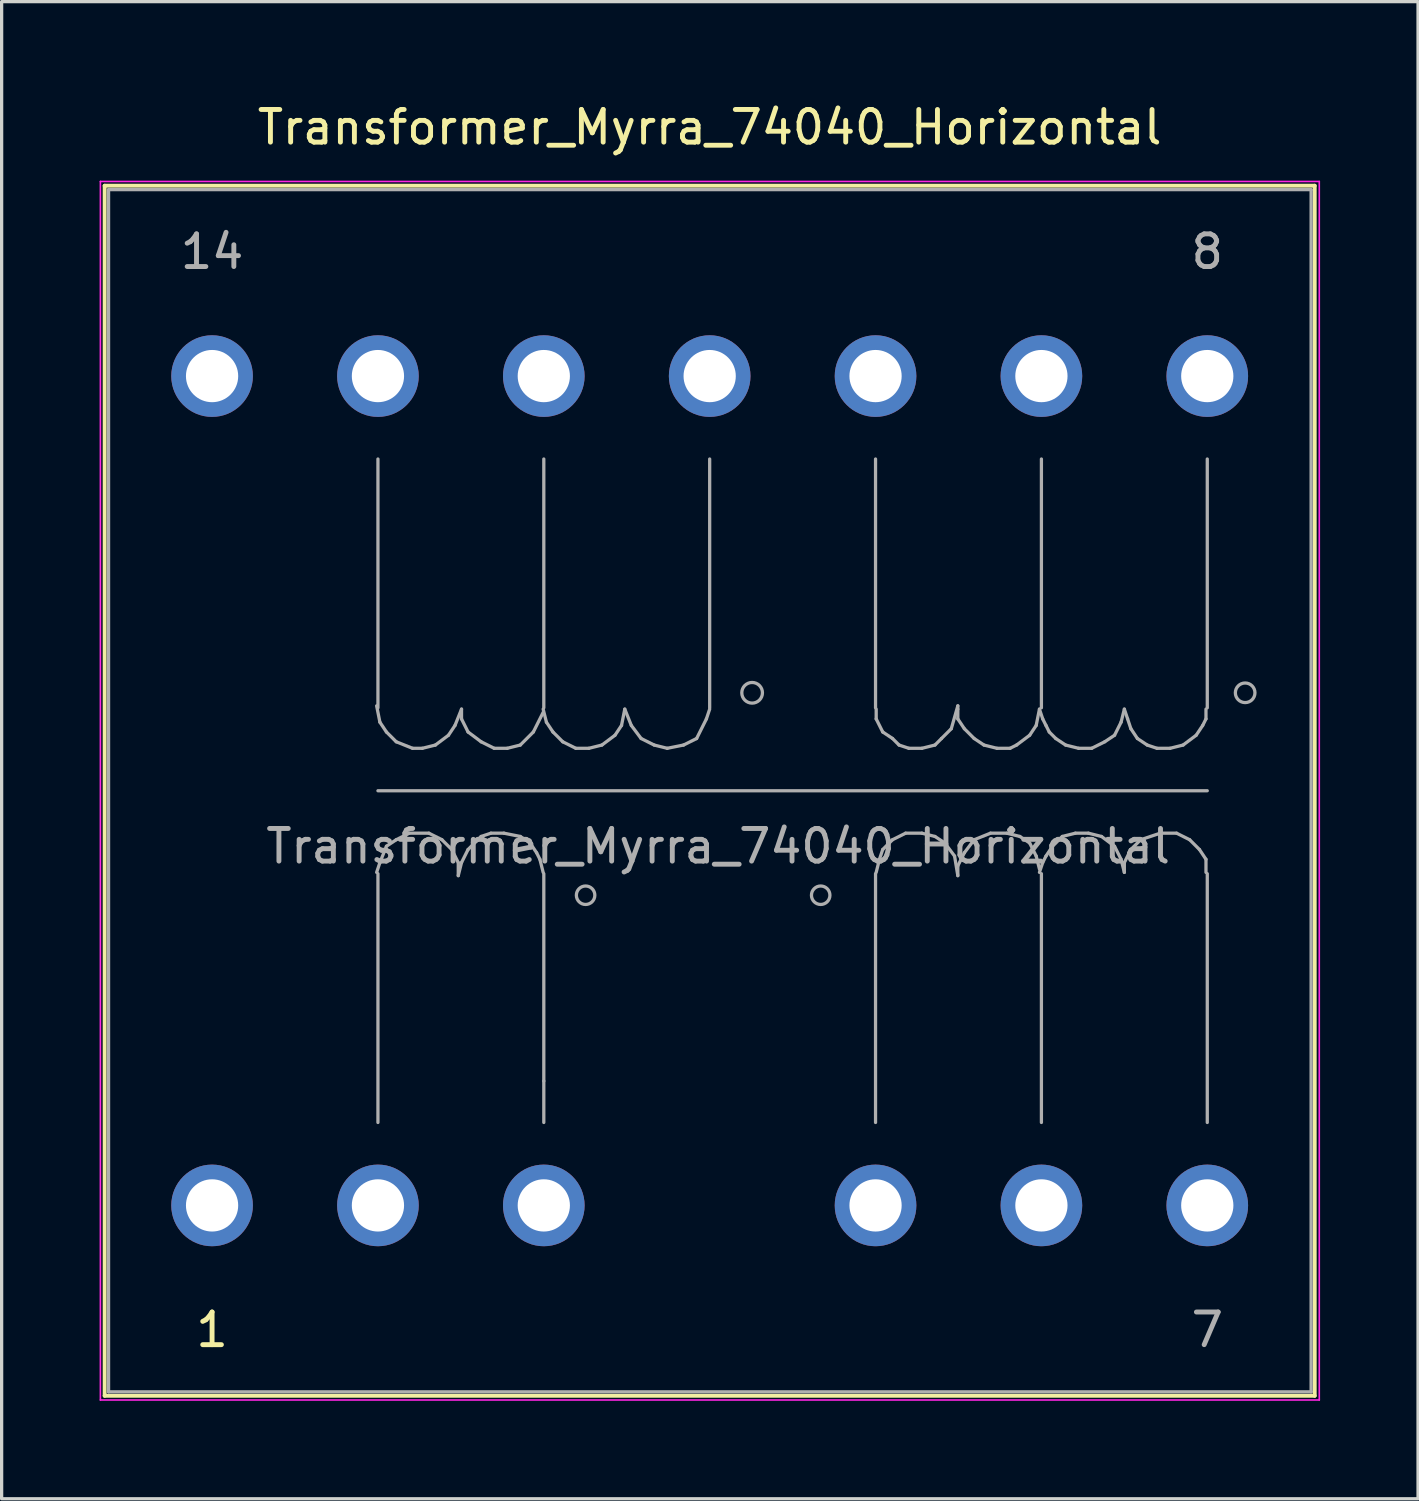
<source format=kicad_pcb>
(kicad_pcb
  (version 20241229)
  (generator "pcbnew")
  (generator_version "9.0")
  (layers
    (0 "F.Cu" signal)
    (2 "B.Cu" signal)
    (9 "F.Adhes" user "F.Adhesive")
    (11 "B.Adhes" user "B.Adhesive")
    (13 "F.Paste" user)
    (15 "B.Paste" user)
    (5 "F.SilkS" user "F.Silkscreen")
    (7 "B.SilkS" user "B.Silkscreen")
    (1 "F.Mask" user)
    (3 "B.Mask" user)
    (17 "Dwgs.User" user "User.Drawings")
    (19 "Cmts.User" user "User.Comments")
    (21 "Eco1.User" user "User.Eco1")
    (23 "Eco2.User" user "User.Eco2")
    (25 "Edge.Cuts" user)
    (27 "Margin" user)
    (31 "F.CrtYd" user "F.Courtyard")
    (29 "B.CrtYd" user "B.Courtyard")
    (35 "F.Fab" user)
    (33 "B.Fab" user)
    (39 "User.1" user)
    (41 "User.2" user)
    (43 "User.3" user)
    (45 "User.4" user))
  (footprint "Transformer_Myrra_74040_Horizontal"
    (layer "F.Cu")
    (at 3.445 33.868)
    (property "Reference" "Transformer_Myrra_74040_Horizontal" (at 15.24 -33.02 0) (layer "F.SilkS") (effects (font (size 1 1) (thickness 0.15))))
    (attr through_hole)
    (fp_line (start -3.29 -31.23) (end -3.29 5.83) (stroke (width 0.12) (type solid)) (layer "F.SilkS"))
    (fp_line (start -3.29 -31.23) (end 33.77 -31.23) (stroke (width 0.12) (type solid)) (layer "F.SilkS"))
    (fp_line (start 33.77 5.83) (end -3.29 5.83) (stroke (width 0.12) (type solid)) (layer "F.SilkS"))
    (fp_line (start 33.77 5.83) (end 33.77 -31.23) (stroke (width 0.12) (type solid)) (layer "F.SilkS"))
    (fp_line (start -3.42 -31.36) (end -3.42 5.96) (stroke (width 0.05) (type solid)) (layer "F.CrtYd"))
    (fp_line (start -3.42 -31.36) (end 33.91 -31.36) (stroke (width 0.05) (type solid)) (layer "F.CrtYd"))
    (fp_line (start 33.91 5.96) (end -3.42 5.96) (stroke (width 0.05) (type solid)) (layer "F.CrtYd"))
    (fp_line (start 33.91 5.96) (end 33.91 -31.36) (stroke (width 0.05) (type solid)) (layer "F.CrtYd"))
    (fp_line (start -3.17 -31.11) (end 33.66 -31.11) (stroke (width 0.1) (type solid)) (layer "F.Fab"))
    (fp_line (start -3.17 5.71) (end -3.17 -31.11) (stroke (width 0.1) (type solid)) (layer "F.Fab"))
    (fp_line (start 5.04 -10.2) (end 5.14 -10.5) (stroke (width 0.1) (type solid)) (layer "F.Fab"))
    (fp_line (start 5.08 -15.24) (end 5.08 -22.86) (stroke (width 0.1) (type solid)) (layer "F.Fab"))
    (fp_line (start 5.08 -12.7) (end 30.48 -12.7) (stroke (width 0.1) (type solid)) (layer "F.Fab"))
    (fp_line (start 5.08 -2.54) (end 5.08 -10.16) (stroke (width 0.1) (type solid)) (layer "F.Fab"))
    (fp_line (start 5.14 -14.8) (end 5.04 -15.3) (stroke (width 0.1) (type solid)) (layer "F.Fab"))
    (fp_line (start 5.14 -10.5) (end 5.34 -11) (stroke (width 0.1) (type solid)) (layer "F.Fab"))
    (fp_line (start 5.34 -14.5) (end 5.14 -14.8) (stroke (width 0.1) (type solid)) (layer "F.Fab"))
    (fp_line (start 5.34 -11) (end 5.64 -11.2) (stroke (width 0.1) (type solid)) (layer "F.Fab"))
    (fp_line (start 5.64 -14.2) (end 5.34 -14.5) (stroke (width 0.1) (type solid)) (layer "F.Fab"))
    (fp_line (start 5.64 -11.2) (end 6.04 -11.4) (stroke (width 0.1) (type solid)) (layer "F.Fab"))
    (fp_line (start 6.04 -11.4) (end 6.64 -11.4) (stroke (width 0.1) (type solid)) (layer "F.Fab"))
    (fp_line (start 6.14 -14) (end 5.64 -14.2) (stroke (width 0.1) (type solid)) (layer "F.Fab"))
    (fp_line (start 6.44 -14) (end 6.14 -14) (stroke (width 0.1) (type solid)) (layer "F.Fab"))
    (fp_line (start 6.64 -11.4) (end 7.04 -11.2) (stroke (width 0.1) (type solid)) (layer "F.Fab"))
    (fp_line (start 6.84 -14.1) (end 6.44 -14) (stroke (width 0.1) (type solid)) (layer "F.Fab"))
    (fp_line (start 7.04 -11.2) (end 7.34 -10.9) (stroke (width 0.1) (type solid)) (layer "F.Fab"))
    (fp_line (start 7.24 -14.4) (end 6.84 -14.1) (stroke (width 0.1) (type solid)) (layer "F.Fab"))
    (fp_line (start 7.34 -10.9) (end 7.54 -10.5) (stroke (width 0.1) (type solid)) (layer "F.Fab"))
    (fp_line (start 7.44 -14.7) (end 7.24 -14.4) (stroke (width 0.1) (type solid)) (layer "F.Fab"))
    (fp_line (start 7.54 -10.5) (end 7.54 -10.1) (stroke (width 0.1) (type solid)) (layer "F.Fab"))
    (fp_line (start 7.54 -10.1) (end 7.64 -10.5) (stroke (width 0.1) (type solid)) (layer "F.Fab"))
    (fp_line (start 7.64 -15.2) (end 7.44 -14.7) (stroke (width 0.1) (type solid)) (layer "F.Fab"))
    (fp_line (start 7.64 -14.9) (end 7.64 -15.2) (stroke (width 0.1) (type solid)) (layer "F.Fab"))
    (fp_line (start 7.64 -10.5) (end 7.84 -10.9) (stroke (width 0.1) (type solid)) (layer "F.Fab"))
    (fp_line (start 7.84 -14.5) (end 7.64 -14.9) (stroke (width 0.1) (type solid)) (layer "F.Fab"))
    (fp_line (start 7.84 -10.9) (end 8.24 -11.3) (stroke (width 0.1) (type solid)) (layer "F.Fab"))
    (fp_line (start 8.24 -14.2) (end 7.84 -14.5) (stroke (width 0.1) (type solid)) (layer "F.Fab"))
    (fp_line (start 8.24 -11.3) (end 8.54 -11.4) (stroke (width 0.1) (type solid)) (layer "F.Fab"))
    (fp_line (start 8.54 -11.4) (end 8.94 -11.4) (stroke (width 0.1) (type solid)) (layer "F.Fab"))
    (fp_line (start 8.64 -14) (end 8.24 -14.2) (stroke (width 0.1) (type solid)) (layer "F.Fab"))
    (fp_line (start 8.94 -11.4) (end 9.44 -11.3) (stroke (width 0.1) (type solid)) (layer "F.Fab"))
    (fp_line (start 9.04 -14) (end 8.64 -14) (stroke (width 0.1) (type solid)) (layer "F.Fab"))
    (fp_line (start 9.44 -14.1) (end 9.04 -14) (stroke (width 0.1) (type solid)) (layer "F.Fab"))
    (fp_line (start 9.44 -11.3) (end 9.74 -11.1) (stroke (width 0.1) (type solid)) (layer "F.Fab"))
    (fp_line (start 9.74 -11.1) (end 9.94 -10.8) (stroke (width 0.1) (type solid)) (layer "F.Fab"))
    (fp_line (start 9.84 -14.5) (end 9.44 -14.1) (stroke (width 0.1) (type solid)) (layer "F.Fab"))
    (fp_line (start 9.94 -10.8) (end 10.04 -10.6) (stroke (width 0.1) (type solid)) (layer "F.Fab"))
    (fp_line (start 10.04 -10.6) (end 10.14 -10.2) (stroke (width 0.1) (type solid)) (layer "F.Fab"))
    (fp_line (start 10.14 -15.1) (end 9.84 -14.5) (stroke (width 0.1) (type solid)) (layer "F.Fab"))
    (fp_line (start 10.16 -15.24) (end 10.16 -22.86) (stroke (width 0.1) (type solid)) (layer "F.Fab"))
    (fp_line (start 10.16 -10.16) (end 10.16 -3.81) (stroke (width 0.1) (type solid)) (layer "F.Fab"))
    (fp_line (start 10.16 -3.81) (end 10.16 -2.54) (stroke (width 0.1) (type solid)) (layer "F.Fab"))
    (fp_line (start 10.24 -14.8) (end 10.14 -15.2) (stroke (width 0.1) (type solid)) (layer "F.Fab"))
    (fp_line (start 10.44 -14.5) (end 10.24 -14.8) (stroke (width 0.1) (type solid)) (layer "F.Fab"))
    (fp_line (start 10.74 -14.2) (end 10.44 -14.5) (stroke (width 0.1) (type solid)) (layer "F.Fab"))
    (fp_line (start 11.14 -14) (end 10.74 -14.2) (stroke (width 0.1) (type solid)) (layer "F.Fab"))
    (fp_line (start 11.54 -14) (end 11.14 -14) (stroke (width 0.1) (type solid)) (layer "F.Fab"))
    (fp_line (start 11.94 -14.1) (end 11.54 -14) (stroke (width 0.1) (type solid)) (layer "F.Fab"))
    (fp_line (start 12.34 -14.4) (end 11.94 -14.1) (stroke (width 0.1) (type solid)) (layer "F.Fab"))
    (fp_line (start 12.54 -14.7) (end 12.34 -14.4) (stroke (width 0.1) (type solid)) (layer "F.Fab"))
    (fp_line (start 12.64 -15.2) (end 12.54 -14.7) (stroke (width 0.1) (type solid)) (layer "F.Fab"))
    (fp_line (start 12.84 -14.7) (end 12.64 -15.2) (stroke (width 0.1) (type solid)) (layer "F.Fab"))
    (fp_line (start 13.14 -14.3) (end 12.84 -14.7) (stroke (width 0.1) (type solid)) (layer "F.Fab"))
    (fp_line (start 13.54 -14.1) (end 13.14 -14.3) (stroke (width 0.1) (type solid)) (layer "F.Fab"))
    (fp_line (start 13.94 -14) (end 13.54 -14.1) (stroke (width 0.1) (type solid)) (layer "F.Fab"))
    (fp_line (start 14.44 -14.1) (end 13.94 -14) (stroke (width 0.1) (type solid)) (layer "F.Fab"))
    (fp_line (start 14.84 -14.3) (end 14.44 -14.1) (stroke (width 0.1) (type solid)) (layer "F.Fab"))
    (fp_line (start 15.14 -14.9) (end 14.84 -14.3) (stroke (width 0.1) (type solid)) (layer "F.Fab"))
    (fp_line (start 15.24 -15.24) (end 15.24 -22.86) (stroke (width 0.1) (type solid)) (layer "F.Fab"))
    (fp_line (start 15.24 -15.2) (end 15.14 -14.9) (stroke (width 0.1) (type solid)) (layer "F.Fab"))
    (fp_line (start 20.32 -15.24) (end 20.32 -22.86) (stroke (width 0.1) (type solid)) (layer "F.Fab"))
    (fp_line (start 20.32 -10.16) (end 20.32 -2.54) (stroke (width 0.1) (type solid)) (layer "F.Fab"))
    (fp_line (start 20.34 -14.9) (end 20.34 -15.2) (stroke (width 0.1) (type solid)) (layer "F.Fab"))
    (fp_line (start 20.44 -10.6) (end 20.34 -10.2) (stroke (width 0.1) (type solid)) (layer "F.Fab"))
    (fp_line (start 20.54 -14.5) (end 20.34 -14.9) (stroke (width 0.1) (type solid)) (layer "F.Fab"))
    (fp_line (start 20.54 -10.9) (end 20.44 -10.6) (stroke (width 0.1) (type solid)) (layer "F.Fab"))
    (fp_line (start 20.84 -14.3) (end 20.54 -14.5) (stroke (width 0.1) (type solid)) (layer "F.Fab"))
    (fp_line (start 20.84 -11.2) (end 20.54 -10.9) (stroke (width 0.1) (type solid)) (layer "F.Fab"))
    (fp_line (start 21.04 -14.1) (end 20.84 -14.3) (stroke (width 0.1) (type solid)) (layer "F.Fab"))
    (fp_line (start 21.24 -11.4) (end 20.84 -11.2) (stroke (width 0.1) (type solid)) (layer "F.Fab"))
    (fp_line (start 21.34 -14) (end 21.04 -14.1) (stroke (width 0.1) (type solid)) (layer "F.Fab"))
    (fp_line (start 21.74 -14) (end 21.34 -14) (stroke (width 0.1) (type solid)) (layer "F.Fab"))
    (fp_line (start 21.74 -11.4) (end 21.24 -11.4) (stroke (width 0.1) (type solid)) (layer "F.Fab"))
    (fp_line (start 22.14 -14.1) (end 21.74 -14) (stroke (width 0.1) (type solid)) (layer "F.Fab"))
    (fp_line (start 22.14 -11.3) (end 21.74 -11.4) (stroke (width 0.1) (type solid)) (layer "F.Fab"))
    (fp_line (start 22.34 -14.3) (end 22.14 -14.1) (stroke (width 0.1) (type solid)) (layer "F.Fab"))
    (fp_line (start 22.44 -11.1) (end 22.14 -11.3) (stroke (width 0.1) (type solid)) (layer "F.Fab"))
    (fp_line (start 22.64 -14.6) (end 22.34 -14.3) (stroke (width 0.1) (type solid)) (layer "F.Fab"))
    (fp_line (start 22.74 -10.7) (end 22.44 -11.1) (stroke (width 0.1) (type solid)) (layer "F.Fab"))
    (fp_line (start 22.84 -15.3) (end 22.64 -14.6) (stroke (width 0.1) (type solid)) (layer "F.Fab"))
    (fp_line (start 22.84 -15.2) (end 22.84 -15.3) (stroke (width 0.1) (type solid)) (layer "F.Fab"))
    (fp_line (start 22.84 -14.9) (end 22.84 -15.2) (stroke (width 0.1) (type solid)) (layer "F.Fab"))
    (fp_line (start 22.84 -10.4) (end 22.84 -10.1) (stroke (width 0.1) (type solid)) (layer "F.Fab"))
    (fp_line (start 22.84 -10.1) (end 22.74 -10.7) (stroke (width 0.1) (type solid)) (layer "F.Fab"))
    (fp_line (start 23.04 -14.6) (end 22.84 -14.9) (stroke (width 0.1) (type solid)) (layer "F.Fab"))
    (fp_line (start 23.04 -10.8) (end 22.84 -10.4) (stroke (width 0.1) (type solid)) (layer "F.Fab"))
    (fp_line (start 23.34 -14.3) (end 23.04 -14.6) (stroke (width 0.1) (type solid)) (layer "F.Fab"))
    (fp_line (start 23.34 -11.2) (end 23.04 -10.8) (stroke (width 0.1) (type solid)) (layer "F.Fab"))
    (fp_line (start 23.64 -14.1) (end 23.34 -14.3) (stroke (width 0.1) (type solid)) (layer "F.Fab"))
    (fp_line (start 23.84 -11.4) (end 23.34 -11.2) (stroke (width 0.1) (type solid)) (layer "F.Fab"))
    (fp_line (start 24.04 -14) (end 23.64 -14.1) (stroke (width 0.1) (type solid)) (layer "F.Fab"))
    (fp_line (start 24.34 -11.4) (end 23.84 -11.4) (stroke (width 0.1) (type solid)) (layer "F.Fab"))
    (fp_line (start 24.44 -14) (end 24.04 -14) (stroke (width 0.1) (type solid)) (layer "F.Fab"))
    (fp_line (start 24.64 -14.1) (end 24.44 -14) (stroke (width 0.1) (type solid)) (layer "F.Fab"))
    (fp_line (start 24.74 -11.3) (end 24.34 -11.4) (stroke (width 0.1) (type solid)) (layer "F.Fab"))
    (fp_line (start 25.04 -14.4) (end 24.64 -14.1) (stroke (width 0.1) (type solid)) (layer "F.Fab"))
    (fp_line (start 25.04 -11.1) (end 24.74 -11.3) (stroke (width 0.1) (type solid)) (layer "F.Fab"))
    (fp_line (start 25.24 -14.7) (end 25.04 -14.4) (stroke (width 0.1) (type solid)) (layer "F.Fab"))
    (fp_line (start 25.24 -10.7) (end 25.04 -11.1) (stroke (width 0.1) (type solid)) (layer "F.Fab"))
    (fp_line (start 25.34 -15.2) (end 25.24 -14.7) (stroke (width 0.1) (type solid)) (layer "F.Fab"))
    (fp_line (start 25.34 -10.3) (end 25.24 -10.7) (stroke (width 0.1) (type solid)) (layer "F.Fab"))
    (fp_line (start 25.4 -15.24) (end 25.4 -22.86) (stroke (width 0.1) (type solid)) (layer "F.Fab"))
    (fp_line (start 25.4 -10.16) (end 25.4 -2.54) (stroke (width 0.1) (type solid)) (layer "F.Fab"))
    (fp_line (start 25.44 -14.9) (end 25.34 -15.2) (stroke (width 0.1) (type solid)) (layer "F.Fab"))
    (fp_line (start 25.44 -10.5) (end 25.34 -10.2) (stroke (width 0.1) (type solid)) (layer "F.Fab"))
    (fp_line (start 25.54 -14.7) (end 25.44 -14.9) (stroke (width 0.1) (type solid)) (layer "F.Fab"))
    (fp_line (start 25.54 -10.7) (end 25.44 -10.5) (stroke (width 0.1) (type solid)) (layer "F.Fab"))
    (fp_line (start 25.64 -14.5) (end 25.54 -14.7) (stroke (width 0.1) (type solid)) (layer "F.Fab"))
    (fp_line (start 25.74 -11) (end 25.54 -10.7) (stroke (width 0.1) (type solid)) (layer "F.Fab"))
    (fp_line (start 25.84 -14.3) (end 25.64 -14.5) (stroke (width 0.1) (type solid)) (layer "F.Fab"))
    (fp_line (start 26.04 -11.3) (end 25.74 -11) (stroke (width 0.1) (type solid)) (layer "F.Fab"))
    (fp_line (start 26.14 -14.1) (end 25.84 -14.3) (stroke (width 0.1) (type solid)) (layer "F.Fab"))
    (fp_line (start 26.44 -11.4) (end 26.04 -11.3) (stroke (width 0.1) (type solid)) (layer "F.Fab"))
    (fp_line (start 26.54 -14) (end 26.14 -14.1) (stroke (width 0.1) (type solid)) (layer "F.Fab"))
    (fp_line (start 26.84 -11.4) (end 26.44 -11.4) (stroke (width 0.1) (type solid)) (layer "F.Fab"))
    (fp_line (start 26.94 -14) (end 26.54 -14) (stroke (width 0.1) (type solid)) (layer "F.Fab"))
    (fp_line (start 27.24 -11.3) (end 26.84 -11.4) (stroke (width 0.1) (type solid)) (layer "F.Fab"))
    (fp_line (start 27.34 -14.2) (end 26.94 -14) (stroke (width 0.1) (type solid)) (layer "F.Fab"))
    (fp_line (start 27.64 -14.4) (end 27.34 -14.2) (stroke (width 0.1) (type solid)) (layer "F.Fab"))
    (fp_line (start 27.64 -11) (end 27.24 -11.3) (stroke (width 0.1) (type solid)) (layer "F.Fab"))
    (fp_line (start 27.84 -14.8) (end 27.64 -14.4) (stroke (width 0.1) (type solid)) (layer "F.Fab"))
    (fp_line (start 27.84 -10.6) (end 27.64 -11) (stroke (width 0.1) (type solid)) (layer "F.Fab"))
    (fp_line (start 27.94 -15.2) (end 27.84 -14.8) (stroke (width 0.1) (type solid)) (layer "F.Fab"))
    (fp_line (start 27.94 -10.5) (end 27.94 -10.2) (stroke (width 0.1) (type solid)) (layer "F.Fab"))
    (fp_line (start 27.94 -10.2) (end 27.84 -10.6) (stroke (width 0.1) (type solid)) (layer "F.Fab"))
    (fp_line (start 28.04 -14.9) (end 27.94 -15.2) (stroke (width 0.1) (type solid)) (layer "F.Fab"))
    (fp_line (start 28.14 -14.6) (end 28.04 -14.9) (stroke (width 0.1) (type solid)) (layer "F.Fab"))
    (fp_line (start 28.14 -10.9) (end 27.94 -10.5) (stroke (width 0.1) (type solid)) (layer "F.Fab"))
    (fp_line (start 28.34 -14.3) (end 28.14 -14.6) (stroke (width 0.1) (type solid)) (layer "F.Fab"))
    (fp_line (start 28.44 -11.2) (end 28.14 -10.9) (stroke (width 0.1) (type solid)) (layer "F.Fab"))
    (fp_line (start 28.64 -14.1) (end 28.34 -14.3) (stroke (width 0.1) (type solid)) (layer "F.Fab"))
    (fp_line (start 28.94 -14) (end 28.64 -14.1) (stroke (width 0.1) (type solid)) (layer "F.Fab"))
    (fp_line (start 29.04 -11.4) (end 28.44 -11.2) (stroke (width 0.1) (type solid)) (layer "F.Fab"))
    (fp_line (start 29.34 -14) (end 28.94 -14) (stroke (width 0.1) (type solid)) (layer "F.Fab"))
    (fp_line (start 29.54 -11.4) (end 29.04 -11.4) (stroke (width 0.1) (type solid)) (layer "F.Fab"))
    (fp_line (start 29.74 -14.1) (end 29.34 -14) (stroke (width 0.1) (type solid)) (layer "F.Fab"))
    (fp_line (start 29.94 -11.2) (end 29.54 -11.4) (stroke (width 0.1) (type solid)) (layer "F.Fab"))
    (fp_line (start 30.14 -14.4) (end 29.74 -14.1) (stroke (width 0.1) (type solid)) (layer "F.Fab"))
    (fp_line (start 30.24 -10.9) (end 29.94 -11.2) (stroke (width 0.1) (type solid)) (layer "F.Fab"))
    (fp_line (start 30.34 -14.7) (end 30.14 -14.4) (stroke (width 0.1) (type solid)) (layer "F.Fab"))
    (fp_line (start 30.44 -15.2) (end 30.44 -14.9) (stroke (width 0.1) (type solid)) (layer "F.Fab"))
    (fp_line (start 30.44 -14.9) (end 30.34 -14.7) (stroke (width 0.1) (type solid)) (layer "F.Fab"))
    (fp_line (start 30.44 -10.6) (end 30.24 -10.9) (stroke (width 0.1) (type solid)) (layer "F.Fab"))
    (fp_line (start 30.44 -10.2) (end 30.44 -10.6) (stroke (width 0.1) (type solid)) (layer "F.Fab"))
    (fp_line (start 30.48 -15.24) (end 30.48 -22.86) (stroke (width 0.1) (type solid)) (layer "F.Fab"))
    (fp_line (start 30.48 -10.16) (end 30.48 -2.54) (stroke (width 0.1) (type solid)) (layer "F.Fab"))
    (fp_line (start 33.66 -31.11) (end 33.66 5.71) (stroke (width 0.1) (type solid)) (layer "F.Fab"))
    (fp_line (start 33.66 5.71) (end -3.17 5.71) (stroke (width 0.1) (type solid)) (layer "F.Fab"))
    (fp_circle (center 11.44 -9.5) (end 11.64 -9.3) (stroke (width 0.1) (type solid)) (fill no) (layer "F.Fab"))
    (fp_circle (center 16.54 -15.7) (end 16.64 -15.4) (stroke (width 0.1) (type solid)) (fill no) (layer "F.Fab"))
    (fp_circle (center 18.64 -9.5) (end 18.84 -9.3) (stroke (width 0.1) (type solid)) (fill no) (layer "F.Fab"))
    (fp_circle (center 31.64 -15.7) (end 31.64 -15.4) (stroke (width 0.1) (type solid)) (fill no) (layer "F.Fab"))
    (fp_text user "1" (at 0 3.81 0) (layer "F.SilkS") (effects (font (size 1 1) (thickness 0.15))))
    (fp_text user "${REFERENCE}" (at 15.5 -11 0) (layer "F.Fab") (effects (font (size 1 1) (thickness 0.15))))
    (fp_text user "14" (at 0 -29.21 0) (layer "F.Fab") (effects (font (size 1 1) (thickness 0.15))))
    (fp_text user "7" (at 30.48 3.81 0) (layer "F.Fab") (effects (font (size 1 1) (thickness 0.15))))
    (fp_text user "8" (at 30.48 -29.21 0) (layer "F.Fab") (effects (font (size 1 1) (thickness 0.15))))
    (pad "1" thru_hole circle (at 0 0) (size 2.5 2.5) (drill 1.6) (layers "*.Cu" "*.Mask"))
    (pad "2" thru_hole circle (at 5.08 0) (size 2.5 2.5) (drill 1.6) (layers "*.Cu" "*.Mask"))
    (pad "3" thru_hole circle (at 10.16 0) (size 2.5 2.5) (drill 1.6) (layers "*.Cu" "*.Mask"))
    (pad "5" thru_hole circle (at 20.32 0) (size 2.5 2.5) (drill 1.6) (layers "*.Cu" "*.Mask"))
    (pad "6" thru_hole circle (at 25.4 0) (size 2.5 2.5) (drill 1.6) (layers "*.Cu" "*.Mask"))
    (pad "7" thru_hole circle (at 30.48 0) (size 2.5 2.5) (drill 1.6) (layers "*.Cu" "*.Mask"))
    (pad "8" thru_hole circle (at 30.48 -25.4) (size 2.5 2.5) (drill 1.6) (layers "*.Cu" "*.Mask"))
    (pad "9" thru_hole circle (at 25.4 -25.4) (size 2.5 2.5) (drill 1.6) (layers "*.Cu" "*.Mask"))
    (pad "10" thru_hole circle (at 20.32 -25.4) (size 2.5 2.5) (drill 1.6) (layers "*.Cu" "*.Mask"))
    (pad "11" thru_hole circle (at 15.24 -25.4) (size 2.5 2.5) (drill 1.6) (layers "*.Cu" "*.Mask"))
    (pad "12" thru_hole circle (at 10.16 -25.4) (size 2.5 2.5) (drill 1.6) (layers "*.Cu" "*.Mask"))
    (pad "13" thru_hole circle (at 5.08 -25.4) (size 2.5 2.5) (drill 1.6) (layers "*.Cu" "*.Mask"))
    (pad "14" thru_hole circle (at 0 -25.4) (size 2.5 2.5) (drill 1.6) (layers "*.Cu" "*.Mask")))
  (gr_rect
    (start -3 -3)
    (end 40.38 42.853)
    (stroke (width 0.1) (type default))
    (fill no)
    (layer "Edge.Cuts")))
</source>
